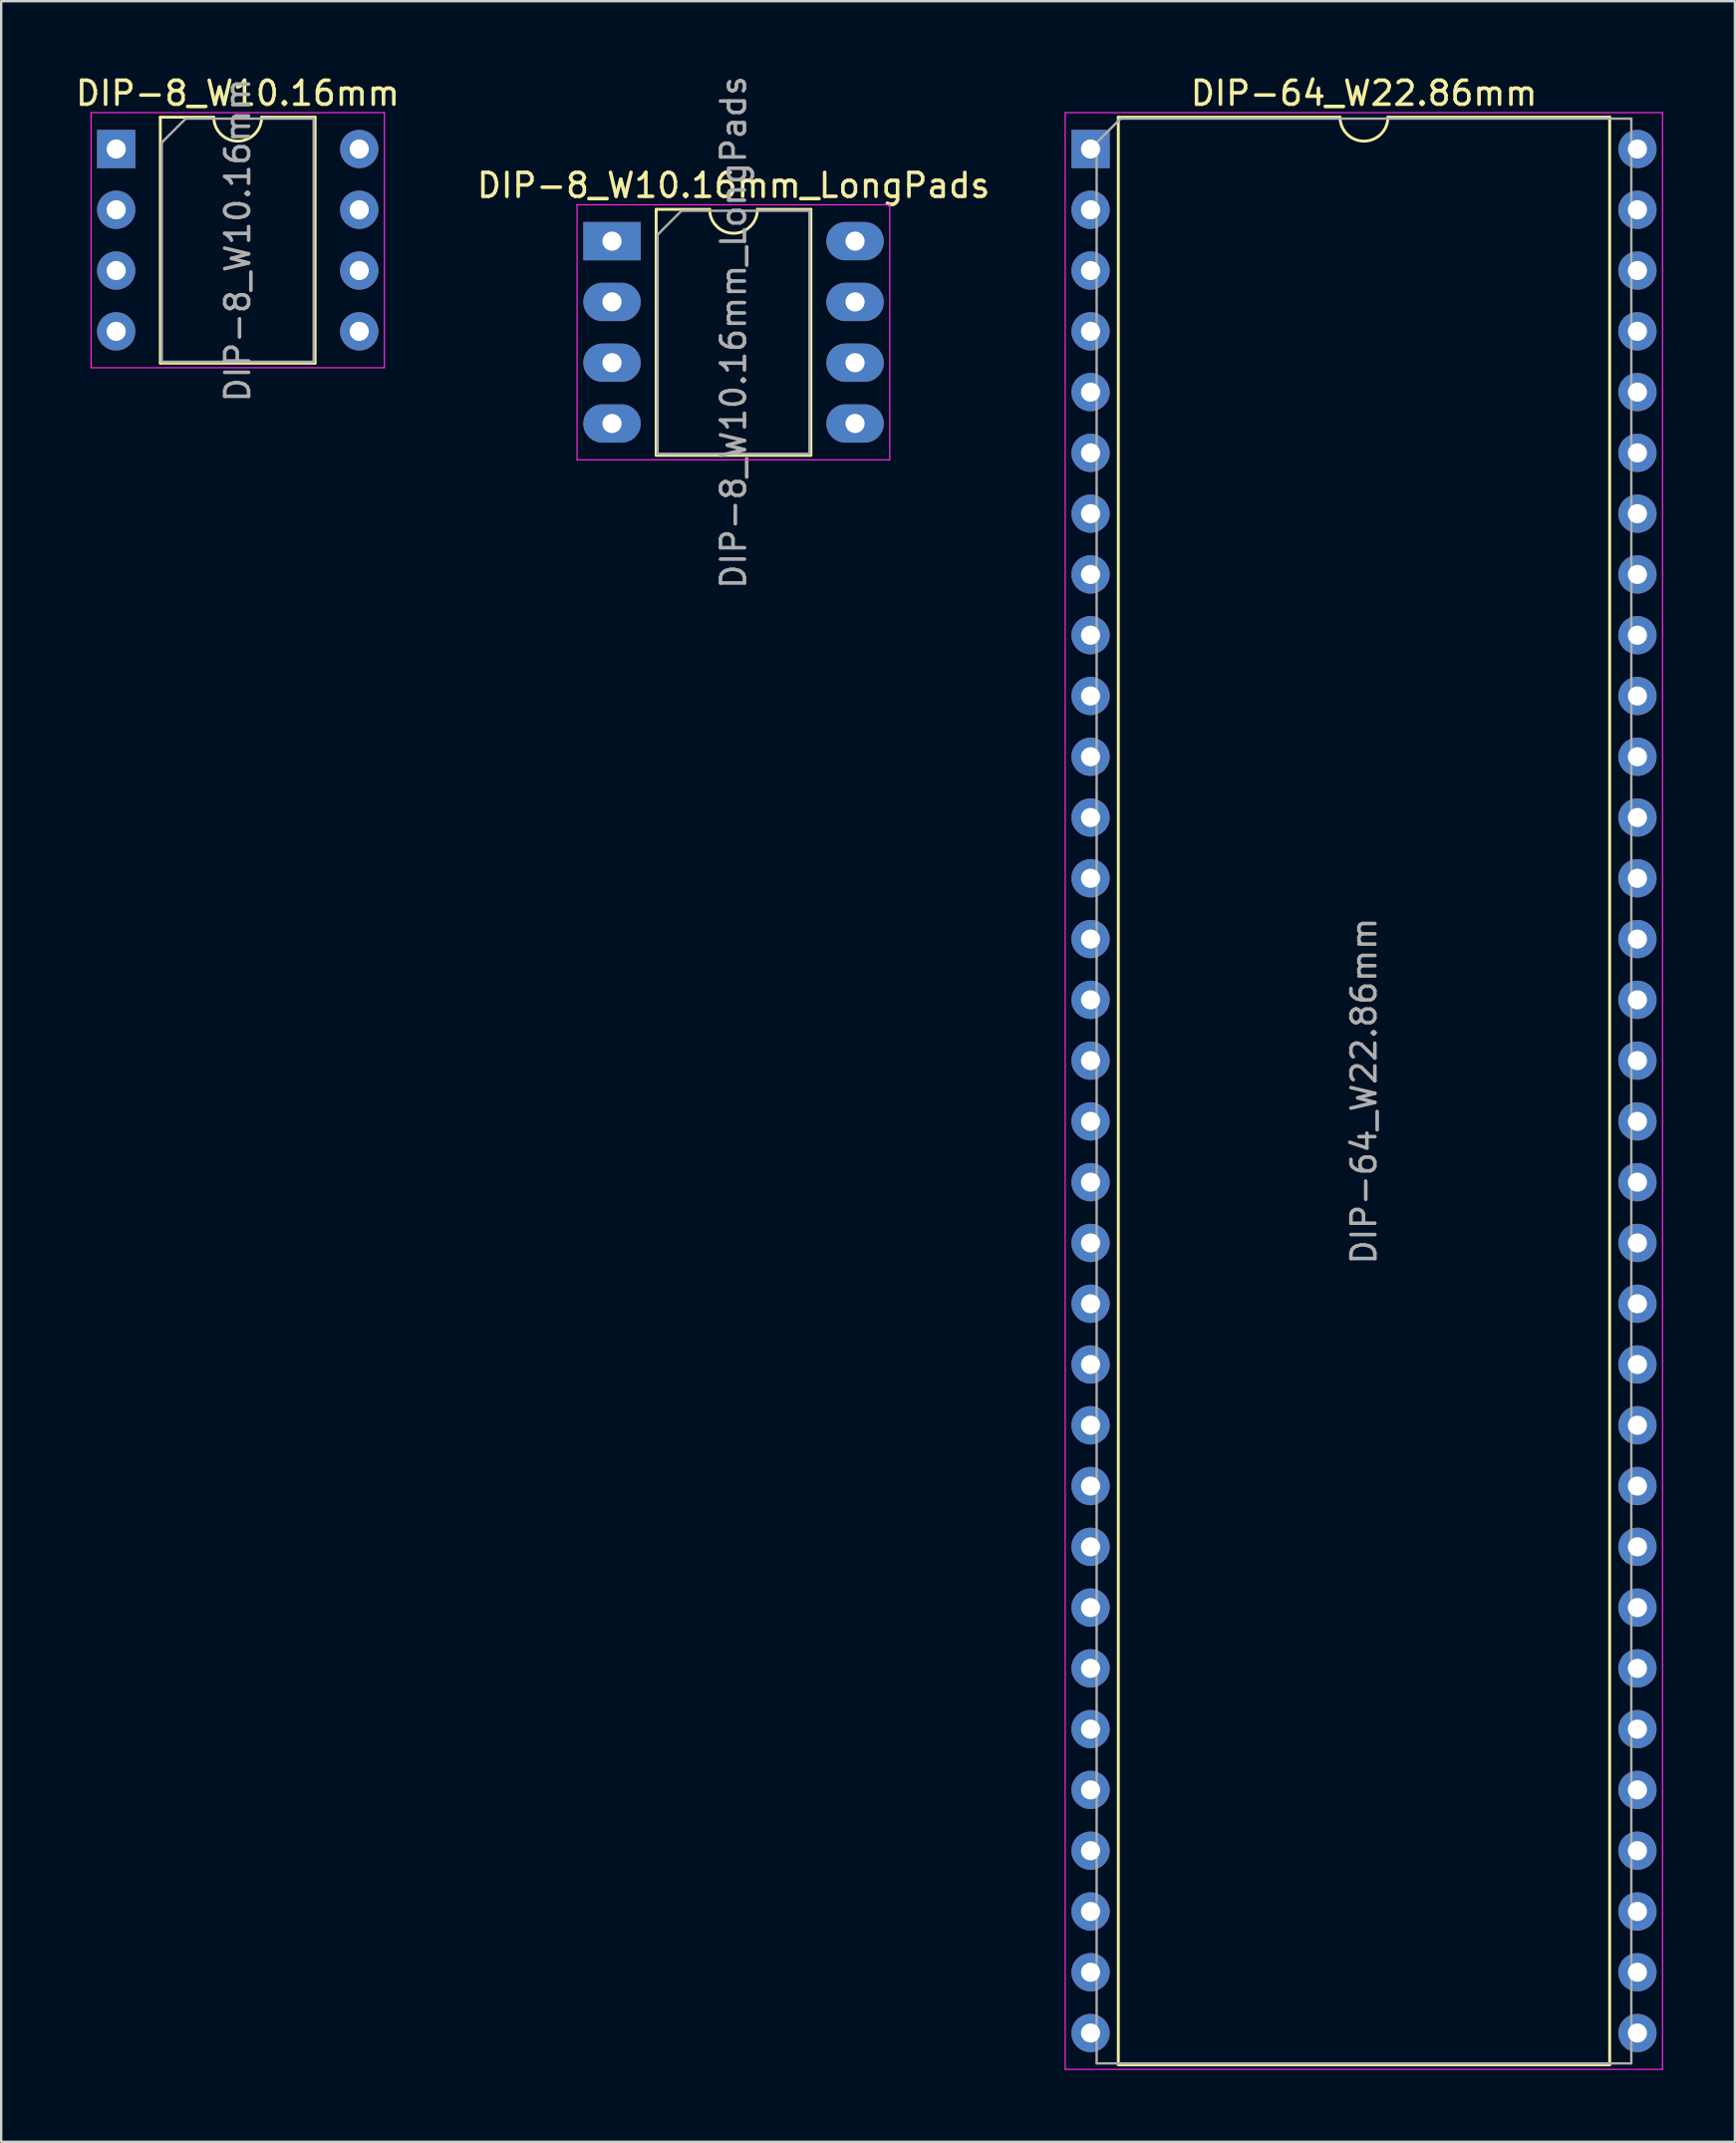
<source format=kicad_pcb>
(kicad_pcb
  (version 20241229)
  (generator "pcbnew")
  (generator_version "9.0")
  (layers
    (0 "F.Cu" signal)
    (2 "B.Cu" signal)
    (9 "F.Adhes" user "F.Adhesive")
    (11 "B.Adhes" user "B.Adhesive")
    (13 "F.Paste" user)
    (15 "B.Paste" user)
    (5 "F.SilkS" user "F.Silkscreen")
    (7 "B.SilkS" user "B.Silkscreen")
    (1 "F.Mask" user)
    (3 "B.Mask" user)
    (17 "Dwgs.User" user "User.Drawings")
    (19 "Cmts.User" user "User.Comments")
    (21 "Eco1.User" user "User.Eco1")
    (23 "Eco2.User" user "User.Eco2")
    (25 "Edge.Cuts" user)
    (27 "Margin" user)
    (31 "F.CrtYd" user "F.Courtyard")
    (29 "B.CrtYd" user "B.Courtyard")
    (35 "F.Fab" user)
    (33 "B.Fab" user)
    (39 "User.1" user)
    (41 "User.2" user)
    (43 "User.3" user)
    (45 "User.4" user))
  (footprint "DIP-8_W10.16mm"
    (layer "F.Cu")
    (at 1.807 3.178)
    (property "Reference" "DIP-8_W10.16mm" (at 5.08 -2.33 0) (layer "F.SilkS") (effects (font (size 1 1) (thickness 0.15))))
    (attr through_hole)
    (fp_line (start 1.845 -1.33) (end 1.845 8.95) (stroke (width 0.12) (type solid)) (layer "F.SilkS"))
    (fp_line (start 1.845 8.95) (end 8.315 8.95) (stroke (width 0.12) (type solid)) (layer "F.SilkS"))
    (fp_line (start 4.08 -1.33) (end 1.845 -1.33) (stroke (width 0.12) (type solid)) (layer "F.SilkS"))
    (fp_line (start 8.315 -1.33) (end 6.08 -1.33) (stroke (width 0.12) (type solid)) (layer "F.SilkS"))
    (fp_line (start 8.315 8.95) (end 8.315 -1.33) (stroke (width 0.12) (type solid)) (layer "F.SilkS"))
    (fp_arc (start 6.08 -1.33) (mid 5.08 -0.33) (end 4.08 -1.33) (stroke (width 0.12) (type solid)) (layer "F.SilkS"))
    (fp_line (start -1.05 -1.52) (end -1.05 9.14) (stroke (width 0.05) (type solid)) (layer "F.CrtYd"))
    (fp_line (start -1.05 9.14) (end 11.21 9.14) (stroke (width 0.05) (type solid)) (layer "F.CrtYd"))
    (fp_line (start 11.21 -1.52) (end -1.05 -1.52) (stroke (width 0.05) (type solid)) (layer "F.CrtYd"))
    (fp_line (start 11.21 9.14) (end 11.21 -1.52) (stroke (width 0.05) (type solid)) (layer "F.CrtYd"))
    (fp_line (start 1.905 -0.27) (end 2.905 -1.27) (stroke (width 0.1) (type solid)) (layer "F.Fab"))
    (fp_line (start 1.905 8.89) (end 1.905 -0.27) (stroke (width 0.1) (type solid)) (layer "F.Fab"))
    (fp_line (start 2.905 -1.27) (end 8.255 -1.27) (stroke (width 0.1) (type solid)) (layer "F.Fab"))
    (fp_line (start 8.255 -1.27) (end 8.255 8.89) (stroke (width 0.1) (type solid)) (layer "F.Fab"))
    (fp_line (start 8.255 8.89) (end 1.905 8.89) (stroke (width 0.1) (type solid)) (layer "F.Fab"))
    (fp_text user "${REFERENCE}" (at 5.08 3.81 90) (layer "F.Fab") (effects (font (size 1 1) (thickness 0.15))))
    (pad "1" thru_hole rect (at 0 0) (size 1.6 1.6) (drill 0.8) (layers "*.Cu" "*.Mask"))
    (pad "2" thru_hole circle (at 0 2.54) (size 1.6 1.6) (drill 0.8) (layers "*.Cu" "*.Mask"))
    (pad "3" thru_hole circle (at 0 5.08) (size 1.6 1.6) (drill 0.8) (layers "*.Cu" "*.Mask"))
    (pad "4" thru_hole circle (at 0 7.62) (size 1.6 1.6) (drill 0.8) (layers "*.Cu" "*.Mask"))
    (pad "5" thru_hole circle (at 10.16 7.62) (size 1.6 1.6) (drill 0.8) (layers "*.Cu" "*.Mask"))
    (pad "6" thru_hole circle (at 10.16 5.08) (size 1.6 1.6) (drill 0.8) (layers "*.Cu" "*.Mask"))
    (pad "7" thru_hole circle (at 10.16 2.54) (size 1.6 1.6) (drill 0.8) (layers "*.Cu" "*.Mask"))
    (pad "8" thru_hole circle (at 10.16 0) (size 1.6 1.6) (drill 0.8) (layers "*.Cu" "*.Mask")))
  (footprint "DIP-64_W22.86mm"
    (layer "F.Cu")
    (at 42.537 3.178)
    (property "Reference" "DIP-64_W22.86mm" (at 11.43 -2.33 0) (layer "F.SilkS") (effects (font (size 1 1) (thickness 0.15))))
    (attr through_hole)
    (fp_line (start 1.16 -1.33) (end 1.16 80.07) (stroke (width 0.12) (type solid)) (layer "F.SilkS"))
    (fp_line (start 1.16 80.07) (end 21.7 80.07) (stroke (width 0.12) (type solid)) (layer "F.SilkS"))
    (fp_line (start 10.43 -1.33) (end 1.16 -1.33) (stroke (width 0.12) (type solid)) (layer "F.SilkS"))
    (fp_line (start 21.7 -1.33) (end 12.43 -1.33) (stroke (width 0.12) (type solid)) (layer "F.SilkS"))
    (fp_line (start 21.7 80.07) (end 21.7 -1.33) (stroke (width 0.12) (type solid)) (layer "F.SilkS"))
    (fp_arc (start 12.43 -1.33) (mid 11.43 -0.33) (end 10.43 -1.33) (stroke (width 0.12) (type solid)) (layer "F.SilkS"))
    (fp_line (start -1.06 -1.52) (end -1.06 80.26) (stroke (width 0.05) (type solid)) (layer "F.CrtYd"))
    (fp_line (start -1.06 80.26) (end 23.91 80.26) (stroke (width 0.05) (type solid)) (layer "F.CrtYd"))
    (fp_line (start 23.91 -1.52) (end -1.06 -1.52) (stroke (width 0.05) (type solid)) (layer "F.CrtYd"))
    (fp_line (start 23.91 80.26) (end 23.91 -1.52) (stroke (width 0.05) (type solid)) (layer "F.CrtYd"))
    (fp_line (start 0.255 -0.27) (end 1.255 -1.27) (stroke (width 0.1) (type solid)) (layer "F.Fab"))
    (fp_line (start 0.255 80.01) (end 0.255 -0.27) (stroke (width 0.1) (type solid)) (layer "F.Fab"))
    (fp_line (start 1.255 -1.27) (end 22.605 -1.27) (stroke (width 0.1) (type solid)) (layer "F.Fab"))
    (fp_line (start 22.605 -1.27) (end 22.605 80.01) (stroke (width 0.1) (type solid)) (layer "F.Fab"))
    (fp_line (start 22.605 80.01) (end 0.255 80.01) (stroke (width 0.1) (type solid)) (layer "F.Fab"))
    (fp_text user "${REFERENCE}" (at 11.43 39.37 90) (layer "F.Fab") (effects (font (size 1 1) (thickness 0.15))))
    (pad "1" thru_hole rect (at 0 0) (size 1.6 1.6) (drill 0.8) (layers "*.Cu" "*.Mask"))
    (pad "2" thru_hole circle (at 0 2.54) (size 1.6 1.6) (drill 0.8) (layers "*.Cu" "*.Mask"))
    (pad "3" thru_hole circle (at 0 5.08) (size 1.6 1.6) (drill 0.8) (layers "*.Cu" "*.Mask"))
    (pad "4" thru_hole circle (at 0 7.62) (size 1.6 1.6) (drill 0.8) (layers "*.Cu" "*.Mask"))
    (pad "5" thru_hole circle (at 0 10.16) (size 1.6 1.6) (drill 0.8) (layers "*.Cu" "*.Mask"))
    (pad "6" thru_hole circle (at 0 12.7) (size 1.6 1.6) (drill 0.8) (layers "*.Cu" "*.Mask"))
    (pad "7" thru_hole circle (at 0 15.24) (size 1.6 1.6) (drill 0.8) (layers "*.Cu" "*.Mask"))
    (pad "8" thru_hole circle (at 0 17.78) (size 1.6 1.6) (drill 0.8) (layers "*.Cu" "*.Mask"))
    (pad "9" thru_hole circle (at 0 20.32) (size 1.6 1.6) (drill 0.8) (layers "*.Cu" "*.Mask"))
    (pad "10" thru_hole circle (at 0 22.86) (size 1.6 1.6) (drill 0.8) (layers "*.Cu" "*.Mask"))
    (pad "11" thru_hole circle (at 0 25.4) (size 1.6 1.6) (drill 0.8) (layers "*.Cu" "*.Mask"))
    (pad "12" thru_hole circle (at 0 27.94) (size 1.6 1.6) (drill 0.8) (layers "*.Cu" "*.Mask"))
    (pad "13" thru_hole circle (at 0 30.48) (size 1.6 1.6) (drill 0.8) (layers "*.Cu" "*.Mask"))
    (pad "14" thru_hole circle (at 0 33.02) (size 1.6 1.6) (drill 0.8) (layers "*.Cu" "*.Mask"))
    (pad "15" thru_hole circle (at 0 35.56) (size 1.6 1.6) (drill 0.8) (layers "*.Cu" "*.Mask"))
    (pad "16" thru_hole circle (at 0 38.1) (size 1.6 1.6) (drill 0.8) (layers "*.Cu" "*.Mask"))
    (pad "17" thru_hole circle (at 0 40.64) (size 1.6 1.6) (drill 0.8) (layers "*.Cu" "*.Mask"))
    (pad "18" thru_hole circle (at 0 43.18) (size 1.6 1.6) (drill 0.8) (layers "*.Cu" "*.Mask"))
    (pad "19" thru_hole circle (at 0 45.72) (size 1.6 1.6) (drill 0.8) (layers "*.Cu" "*.Mask"))
    (pad "20" thru_hole circle (at 0 48.26) (size 1.6 1.6) (drill 0.8) (layers "*.Cu" "*.Mask"))
    (pad "21" thru_hole circle (at 0 50.8) (size 1.6 1.6) (drill 0.8) (layers "*.Cu" "*.Mask"))
    (pad "22" thru_hole circle (at 0 53.34) (size 1.6 1.6) (drill 0.8) (layers "*.Cu" "*.Mask"))
    (pad "23" thru_hole circle (at 0 55.88) (size 1.6 1.6) (drill 0.8) (layers "*.Cu" "*.Mask"))
    (pad "24" thru_hole circle (at 0 58.42) (size 1.6 1.6) (drill 0.8) (layers "*.Cu" "*.Mask"))
    (pad "25" thru_hole circle (at 0 60.96) (size 1.6 1.6) (drill 0.8) (layers "*.Cu" "*.Mask"))
    (pad "26" thru_hole circle (at 0 63.5) (size 1.6 1.6) (drill 0.8) (layers "*.Cu" "*.Mask"))
    (pad "27" thru_hole circle (at 0 66.04) (size 1.6 1.6) (drill 0.8) (layers "*.Cu" "*.Mask"))
    (pad "28" thru_hole circle (at 0 68.58) (size 1.6 1.6) (drill 0.8) (layers "*.Cu" "*.Mask"))
    (pad "29" thru_hole circle (at 0 71.12) (size 1.6 1.6) (drill 0.8) (layers "*.Cu" "*.Mask"))
    (pad "30" thru_hole circle (at 0 73.66) (size 1.6 1.6) (drill 0.8) (layers "*.Cu" "*.Mask"))
    (pad "31" thru_hole circle (at 0 76.2) (size 1.6 1.6) (drill 0.8) (layers "*.Cu" "*.Mask"))
    (pad "32" thru_hole circle (at 0 78.74) (size 1.6 1.6) (drill 0.8) (layers "*.Cu" "*.Mask"))
    (pad "33" thru_hole circle (at 22.86 78.74) (size 1.6 1.6) (drill 0.8) (layers "*.Cu" "*.Mask"))
    (pad "34" thru_hole circle (at 22.86 76.2) (size 1.6 1.6) (drill 0.8) (layers "*.Cu" "*.Mask"))
    (pad "35" thru_hole circle (at 22.86 73.66) (size 1.6 1.6) (drill 0.8) (layers "*.Cu" "*.Mask"))
    (pad "36" thru_hole circle (at 22.86 71.12) (size 1.6 1.6) (drill 0.8) (layers "*.Cu" "*.Mask"))
    (pad "37" thru_hole circle (at 22.86 68.58) (size 1.6 1.6) (drill 0.8) (layers "*.Cu" "*.Mask"))
    (pad "38" thru_hole circle (at 22.86 66.04) (size 1.6 1.6) (drill 0.8) (layers "*.Cu" "*.Mask"))
    (pad "39" thru_hole circle (at 22.86 63.5) (size 1.6 1.6) (drill 0.8) (layers "*.Cu" "*.Mask"))
    (pad "40" thru_hole circle (at 22.86 60.96) (size 1.6 1.6) (drill 0.8) (layers "*.Cu" "*.Mask"))
    (pad "41" thru_hole circle (at 22.86 58.42) (size 1.6 1.6) (drill 0.8) (layers "*.Cu" "*.Mask"))
    (pad "42" thru_hole circle (at 22.86 55.88) (size 1.6 1.6) (drill 0.8) (layers "*.Cu" "*.Mask"))
    (pad "43" thru_hole circle (at 22.86 53.34) (size 1.6 1.6) (drill 0.8) (layers "*.Cu" "*.Mask"))
    (pad "44" thru_hole circle (at 22.86 50.8) (size 1.6 1.6) (drill 0.8) (layers "*.Cu" "*.Mask"))
    (pad "45" thru_hole circle (at 22.86 48.26) (size 1.6 1.6) (drill 0.8) (layers "*.Cu" "*.Mask"))
    (pad "46" thru_hole circle (at 22.86 45.72) (size 1.6 1.6) (drill 0.8) (layers "*.Cu" "*.Mask"))
    (pad "47" thru_hole circle (at 22.86 43.18) (size 1.6 1.6) (drill 0.8) (layers "*.Cu" "*.Mask"))
    (pad "48" thru_hole circle (at 22.86 40.64) (size 1.6 1.6) (drill 0.8) (layers "*.Cu" "*.Mask"))
    (pad "49" thru_hole circle (at 22.86 38.1) (size 1.6 1.6) (drill 0.8) (layers "*.Cu" "*.Mask"))
    (pad "50" thru_hole circle (at 22.86 35.56) (size 1.6 1.6) (drill 0.8) (layers "*.Cu" "*.Mask"))
    (pad "51" thru_hole circle (at 22.86 33.02) (size 1.6 1.6) (drill 0.8) (layers "*.Cu" "*.Mask"))
    (pad "52" thru_hole circle (at 22.86 30.48) (size 1.6 1.6) (drill 0.8) (layers "*.Cu" "*.Mask"))
    (pad "53" thru_hole circle (at 22.86 27.94) (size 1.6 1.6) (drill 0.8) (layers "*.Cu" "*.Mask"))
    (pad "54" thru_hole circle (at 22.86 25.4) (size 1.6 1.6) (drill 0.8) (layers "*.Cu" "*.Mask"))
    (pad "55" thru_hole circle (at 22.86 22.86) (size 1.6 1.6) (drill 0.8) (layers "*.Cu" "*.Mask"))
    (pad "56" thru_hole circle (at 22.86 20.32) (size 1.6 1.6) (drill 0.8) (layers "*.Cu" "*.Mask"))
    (pad "57" thru_hole circle (at 22.86 17.78) (size 1.6 1.6) (drill 0.8) (layers "*.Cu" "*.Mask"))
    (pad "58" thru_hole circle (at 22.86 15.24) (size 1.6 1.6) (drill 0.8) (layers "*.Cu" "*.Mask"))
    (pad "59" thru_hole circle (at 22.86 12.7) (size 1.6 1.6) (drill 0.8) (layers "*.Cu" "*.Mask"))
    (pad "60" thru_hole circle (at 22.86 10.16) (size 1.6 1.6) (drill 0.8) (layers "*.Cu" "*.Mask"))
    (pad "61" thru_hole circle (at 22.86 7.62) (size 1.6 1.6) (drill 0.8) (layers "*.Cu" "*.Mask"))
    (pad "62" thru_hole circle (at 22.86 5.08) (size 1.6 1.6) (drill 0.8) (layers "*.Cu" "*.Mask"))
    (pad "63" thru_hole circle (at 22.86 2.54) (size 1.6 1.6) (drill 0.8) (layers "*.Cu" "*.Mask"))
    (pad "64" thru_hole circle (at 22.86 0) (size 1.6 1.6) (drill 0.8) (layers "*.Cu" "*.Mask")))
  (footprint "DIP-8_W10.16mm_LongPads"
    (layer "F.Cu")
    (at 22.533 7.029)
    (property "Reference" "DIP-8_W10.16mm_LongPads" (at 5.08 -2.33 0) (layer "F.SilkS") (effects (font (size 1 1) (thickness 0.15))))
    (attr through_hole)
    (fp_line (start 1.845 -1.33) (end 1.845 8.95) (stroke (width 0.12) (type solid)) (layer "F.SilkS"))
    (fp_line (start 1.845 8.95) (end 8.315 8.95) (stroke (width 0.12) (type solid)) (layer "F.SilkS"))
    (fp_line (start 4.08 -1.33) (end 1.845 -1.33) (stroke (width 0.12) (type solid)) (layer "F.SilkS"))
    (fp_line (start 8.315 -1.33) (end 6.08 -1.33) (stroke (width 0.12) (type solid)) (layer "F.SilkS"))
    (fp_line (start 8.315 8.95) (end 8.315 -1.33) (stroke (width 0.12) (type solid)) (layer "F.SilkS"))
    (fp_arc (start 6.08 -1.33) (mid 5.08 -0.33) (end 4.08 -1.33) (stroke (width 0.12) (type solid)) (layer "F.SilkS"))
    (fp_line (start -1.46 -1.52) (end -1.46 9.14) (stroke (width 0.05) (type solid)) (layer "F.CrtYd"))
    (fp_line (start -1.46 9.14) (end 11.61 9.14) (stroke (width 0.05) (type solid)) (layer "F.CrtYd"))
    (fp_line (start 11.61 -1.52) (end -1.46 -1.52) (stroke (width 0.05) (type solid)) (layer "F.CrtYd"))
    (fp_line (start 11.61 9.14) (end 11.61 -1.52) (stroke (width 0.05) (type solid)) (layer "F.CrtYd"))
    (fp_line (start 1.905 -0.27) (end 2.905 -1.27) (stroke (width 0.1) (type solid)) (layer "F.Fab"))
    (fp_line (start 1.905 8.89) (end 1.905 -0.27) (stroke (width 0.1) (type solid)) (layer "F.Fab"))
    (fp_line (start 2.905 -1.27) (end 8.255 -1.27) (stroke (width 0.1) (type solid)) (layer "F.Fab"))
    (fp_line (start 8.255 -1.27) (end 8.255 8.89) (stroke (width 0.1) (type solid)) (layer "F.Fab"))
    (fp_line (start 8.255 8.89) (end 1.905 8.89) (stroke (width 0.1) (type solid)) (layer "F.Fab"))
    (fp_text user "${REFERENCE}" (at 5.08 3.81 90) (layer "F.Fab") (effects (font (size 1 1) (thickness 0.15))))
    (pad "1" thru_hole rect (at 0 0) (size 2.4 1.6) (drill 0.8) (layers "*.Cu" "*.Mask"))
    (pad "2" thru_hole oval (at 0 2.54) (size 2.4 1.6) (drill 0.8) (layers "*.Cu" "*.Mask"))
    (pad "3" thru_hole oval (at 0 5.08) (size 2.4 1.6) (drill 0.8) (layers "*.Cu" "*.Mask"))
    (pad "4" thru_hole oval (at 0 7.62) (size 2.4 1.6) (drill 0.8) (layers "*.Cu" "*.Mask"))
    (pad "5" thru_hole oval (at 10.16 7.62) (size 2.4 1.6) (drill 0.8) (layers "*.Cu" "*.Mask"))
    (pad "6" thru_hole oval (at 10.16 5.08) (size 2.4 1.6) (drill 0.8) (layers "*.Cu" "*.Mask"))
    (pad "7" thru_hole oval (at 10.16 2.54) (size 2.4 1.6) (drill 0.8) (layers "*.Cu" "*.Mask"))
    (pad "8" thru_hole oval (at 10.16 0) (size 2.4 1.6) (drill 0.8) (layers "*.Cu" "*.Mask")))
  (gr_rect
    (start -3 -3)
    (end 69.472 86.463)
    (stroke (width 0.1) (type default))
    (fill no)
    (layer "Edge.Cuts")))
</source>
